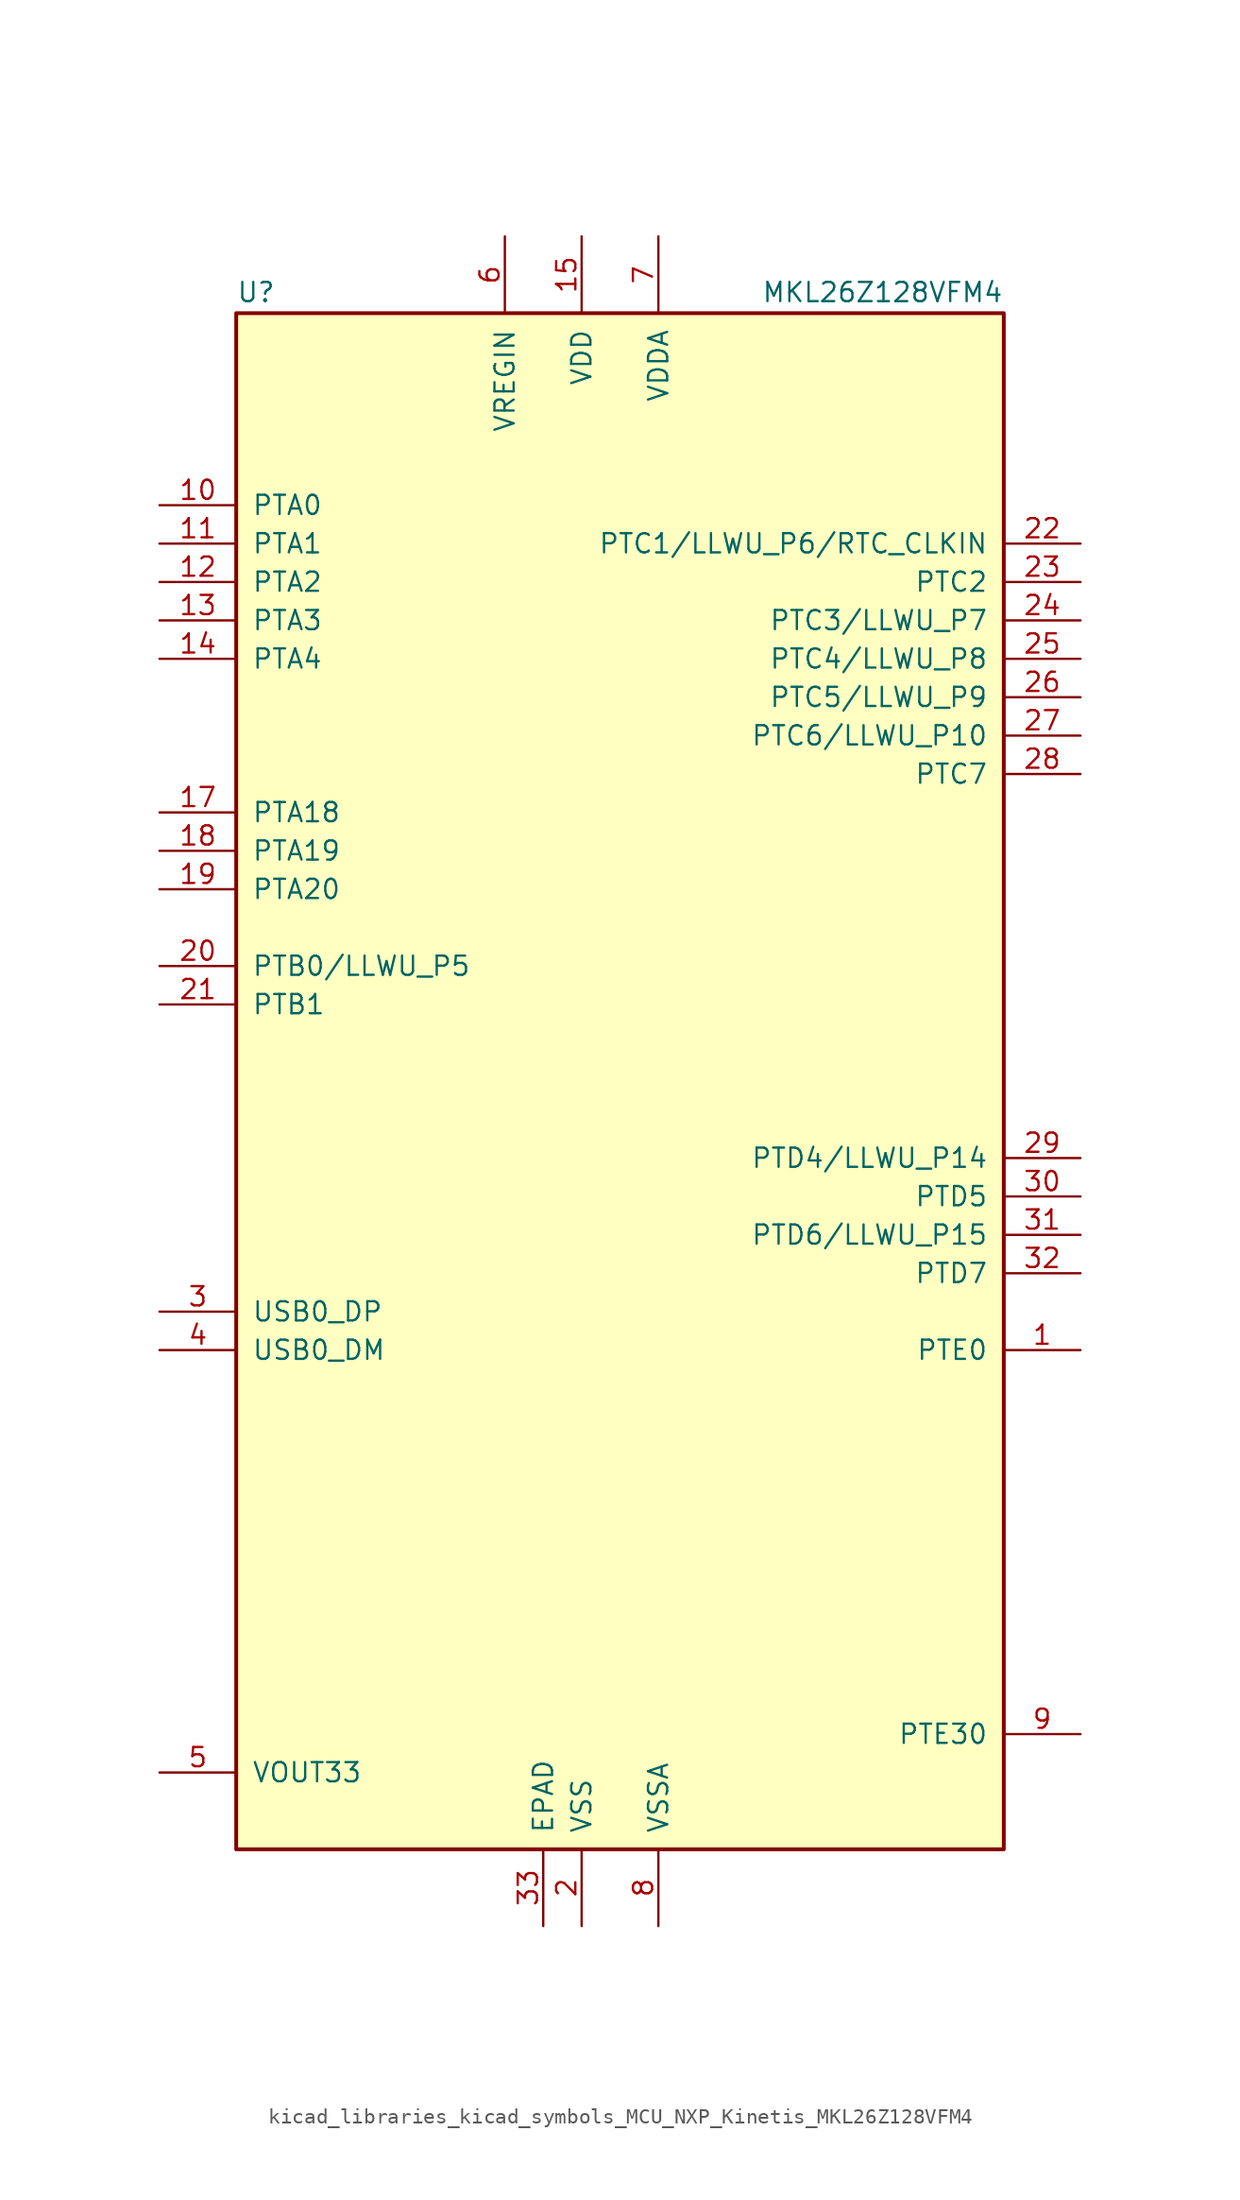
<source format=kicad_sym>
(kicad_symbol_lib
  (version 20220914)
  (generator kicad_symbol_editor)
  (symbol "kicad_libraries_kicad_symbols_MCU_NXP_Kinetis_MKL26Z128VFM4"
    (pin_names
      (offset 1.016))
    (property "Reference" "U"
      (at -25.4 51.435 0)
      (effects (font (size 1.27 1.27)) (justify left bottom)))
    (property "Value" "MKL26Z128VFM4"
      (at 25.4 51.435 0)
      (effects (font (size 1.27 1.27)) (justify right bottom)))
    (symbol "kicad_libraries_kicad_symbols_MCU_NXP_Kinetis_MKL26Z128VFM4_0_1"
      (rectangle (start -25.4 50.8) (end 25.4 -50.8) (stroke (width 0.254) (type default)) (fill (type background))))
    (symbol "kicad_libraries_kicad_symbols_MCU_NXP_Kinetis_MKL26Z128VFM4_1_1"
      (pin bidirectional line (at 30.48 -17.78 180) (length 5.08) (name "PTE0" (effects (font (size 1.27 1.27)))) (number "1" (effects (font (size 1.27 1.27)))))
      (pin bidirectional line (at -30.48 38.1 0) (length 5.08) (name "PTA0" (effects (font (size 1.27 1.27)))) (number "10" (effects (font (size 1.27 1.27)))))
      (pin bidirectional line (at -30.48 35.56 0) (length 5.08) (name "PTA1" (effects (font (size 1.27 1.27)))) (number "11" (effects (font (size 1.27 1.27)))))
      (pin bidirectional line (at -30.48 33.02 0) (length 5.08) (name "PTA2" (effects (font (size 1.27 1.27)))) (number "12" (effects (font (size 1.27 1.27)))))
      (pin bidirectional line (at -30.48 30.48 0) (length 5.08) (name "PTA3" (effects (font (size 1.27 1.27)))) (number "13" (effects (font (size 1.27 1.27)))))
      (pin bidirectional line (at -30.48 27.94 0) (length 5.08) (name "PTA4" (effects (font (size 1.27 1.27)))) (number "14" (effects (font (size 1.27 1.27)))))
      (pin power_in line (at -2.54 55.88 270) (length 5.08) (name "VDD" (effects (font (size 1.27 1.27)))) (number "15" (effects (font (size 1.27 1.27)))))
      (pin passive line (at -2.54 -55.88 90) (length 5.08) hide (name "VSS" (effects (font (size 1.27 1.27)))) (number "16" (effects (font (size 1.27 1.27)))))
      (pin bidirectional line (at -30.48 17.78 0) (length 5.08) (name "PTA18" (effects (font (size 1.27 1.27)))) (number "17" (effects (font (size 1.27 1.27)))))
      (pin bidirectional line (at -30.48 15.24 0) (length 5.08) (name "PTA19" (effects (font (size 1.27 1.27)))) (number "18" (effects (font (size 1.27 1.27)))))
      (pin bidirectional line (at -30.48 12.7 0) (length 5.08) (name "PTA20" (effects (font (size 1.27 1.27)))) (number "19" (effects (font (size 1.27 1.27)))))
      (pin power_in line (at -2.54 -55.88 90) (length 5.08) (name "VSS" (effects (font (size 1.27 1.27)))) (number "2" (effects (font (size 1.27 1.27)))))
      (pin bidirectional line (at -30.48 7.62 0) (length 5.08) (name "PTB0/LLWU_P5" (effects (font (size 1.27 1.27)))) (number "20" (effects (font (size 1.27 1.27)))))
      (pin bidirectional line (at -30.48 5.08 0) (length 5.08) (name "PTB1" (effects (font (size 1.27 1.27)))) (number "21" (effects (font (size 1.27 1.27)))))
      (pin bidirectional line (at 30.48 35.56 180) (length 5.08) (name "PTC1/LLWU_P6/RTC_CLKIN" (effects (font (size 1.27 1.27)))) (number "22" (effects (font (size 1.27 1.27)))))
      (pin bidirectional line (at 30.48 33.02 180) (length 5.08) (name "PTC2" (effects (font (size 1.27 1.27)))) (number "23" (effects (font (size 1.27 1.27)))))
      (pin bidirectional line (at 30.48 30.48 180) (length 5.08) (name "PTC3/LLWU_P7" (effects (font (size 1.27 1.27)))) (number "24" (effects (font (size 1.27 1.27)))))
      (pin bidirectional line (at 30.48 27.94 180) (length 5.08) (name "PTC4/LLWU_P8" (effects (font (size 1.27 1.27)))) (number "25" (effects (font (size 1.27 1.27)))))
      (pin bidirectional line (at 30.48 25.4 180) (length 5.08) (name "PTC5/LLWU_P9" (effects (font (size 1.27 1.27)))) (number "26" (effects (font (size 1.27 1.27)))))
      (pin bidirectional line (at 30.48 22.86 180) (length 5.08) (name "PTC6/LLWU_P10" (effects (font (size 1.27 1.27)))) (number "27" (effects (font (size 1.27 1.27)))))
      (pin bidirectional line (at 30.48 20.32 180) (length 5.08) (name "PTC7" (effects (font (size 1.27 1.27)))) (number "28" (effects (font (size 1.27 1.27)))))
      (pin bidirectional line (at 30.48 -5.08 180) (length 5.08) (name "PTD4/LLWU_P14" (effects (font (size 1.27 1.27)))) (number "29" (effects (font (size 1.27 1.27)))))
      (pin bidirectional line (at -30.48 -15.24 0) (length 5.08) (name "USB0_DP" (effects (font (size 1.27 1.27)))) (number "3" (effects (font (size 1.27 1.27)))))
      (pin bidirectional line (at 30.48 -7.62 180) (length 5.08) (name "PTD5" (effects (font (size 1.27 1.27)))) (number "30" (effects (font (size 1.27 1.27)))))
      (pin bidirectional line (at 30.48 -10.16 180) (length 5.08) (name "PTD6/LLWU_P15" (effects (font (size 1.27 1.27)))) (number "31" (effects (font (size 1.27 1.27)))))
      (pin bidirectional line (at 30.48 -12.7 180) (length 5.08) (name "PTD7" (effects (font (size 1.27 1.27)))) (number "32" (effects (font (size 1.27 1.27)))))
      (pin power_in line (at -5.08 -55.88 90) (length 5.08) (name "EPAD" (effects (font (size 1.27 1.27)))) (number "33" (effects (font (size 1.27 1.27)))))
      (pin bidirectional line (at -30.48 -17.78 0) (length 5.08) (name "USB0_DM" (effects (font (size 1.27 1.27)))) (number "4" (effects (font (size 1.27 1.27)))))
      (pin power_out line (at -30.48 -45.72 0) (length 5.08) (name "VOUT33" (effects (font (size 1.27 1.27)))) (number "5" (effects (font (size 1.27 1.27)))))
      (pin power_in line (at -7.62 55.88 270) (length 5.08) (name "VREGIN" (effects (font (size 1.27 1.27)))) (number "6" (effects (font (size 1.27 1.27)))))
      (pin power_in line (at 2.54 55.88 270) (length 5.08) (name "VDDA" (effects (font (size 1.27 1.27)))) (number "7" (effects (font (size 1.27 1.27)))))
      (pin power_in line (at 2.54 -55.88 90) (length 5.08) (name "VSSA" (effects (font (size 1.27 1.27)))) (number "8" (effects (font (size 1.27 1.27)))))
      (pin bidirectional line (at 30.48 -43.18 180) (length 5.08) (name "PTE30" (effects (font (size 1.27 1.27)))) (number "9" (effects (font (size 1.27 1.27))))))))
</source>
